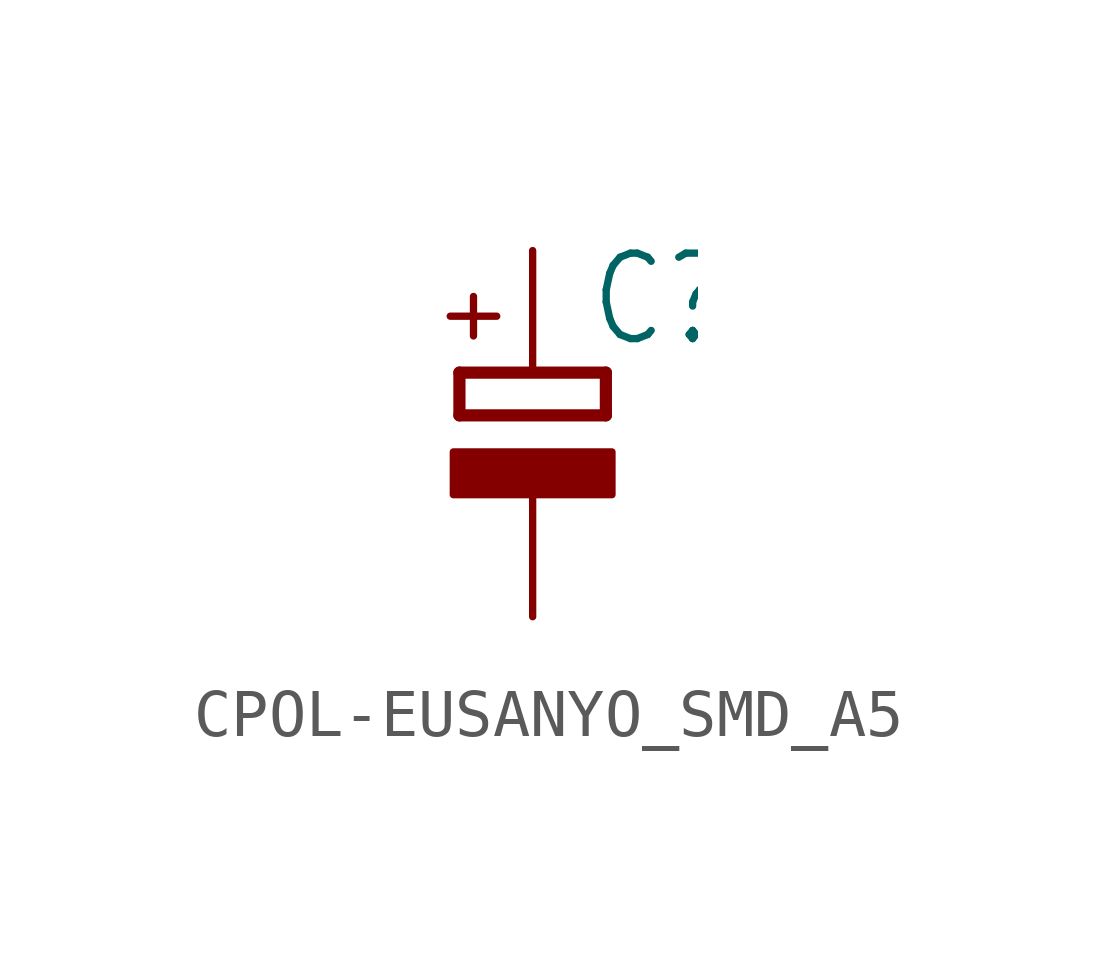
<source format=kicad_sym>
(kicad_symbol_lib
  (version 20231120)
  (generator "kicad_symbol_editor")
  (generator_version "8.0")
  (symbol "CPOL-EUSANYO_SMD_A5"
    (property "Reference" "C"
      (at 1.143 0.483 0)
      (effects (font (size 1.778 1.511)) (justify left bottom)))
    (property "Value" ""
      (at 1.143 -4.597 0)
      (effects (font (size 1.778 1.511)) (justify left bottom)))
    (property "ki_locked" ""
      (at 0 0 0)
      (effects (font (size 1.27 1.27))))
    (symbol "CPOL-EUSANYO_SMD_A5_1_0"
      (rectangle (start -1.651 -2.54) (end 1.651 -1.651) (stroke (width 0) (type default)) (fill (type outline)))
      (polyline (pts (xy -1.524 -0.889) (xy 1.524 -0.889)) (stroke (width 0.254) (type solid)) (fill (type none)))
      (polyline (pts (xy -1.524 0) (xy -1.524 -0.889)) (stroke (width 0.254) (type solid)) (fill (type none)))
      (polyline (pts (xy -1.524 0) (xy 1.524 0)) (stroke (width 0.254) (type solid)) (fill (type none)))
      (polyline (pts (xy 1.524 -0.889) (xy 1.524 0)) (stroke (width 0.254) (type solid)) (fill (type none)))
      (text "+" (at -0.584 0.406 900) (effects (font (size 1.27 1.079)) (justify left bottom)))
      (pin passive line (at 0 2.54 270) (length 2.54) (name "+" (effects (font (size 0 0)))) (number "+" (effects (font (size 0 0)))))
      (pin passive line (at 0 -5.08 90) (length 2.54) (name "-" (effects (font (size 0 0)))) (number "-" (effects (font (size 0 0))))))))
</source>
